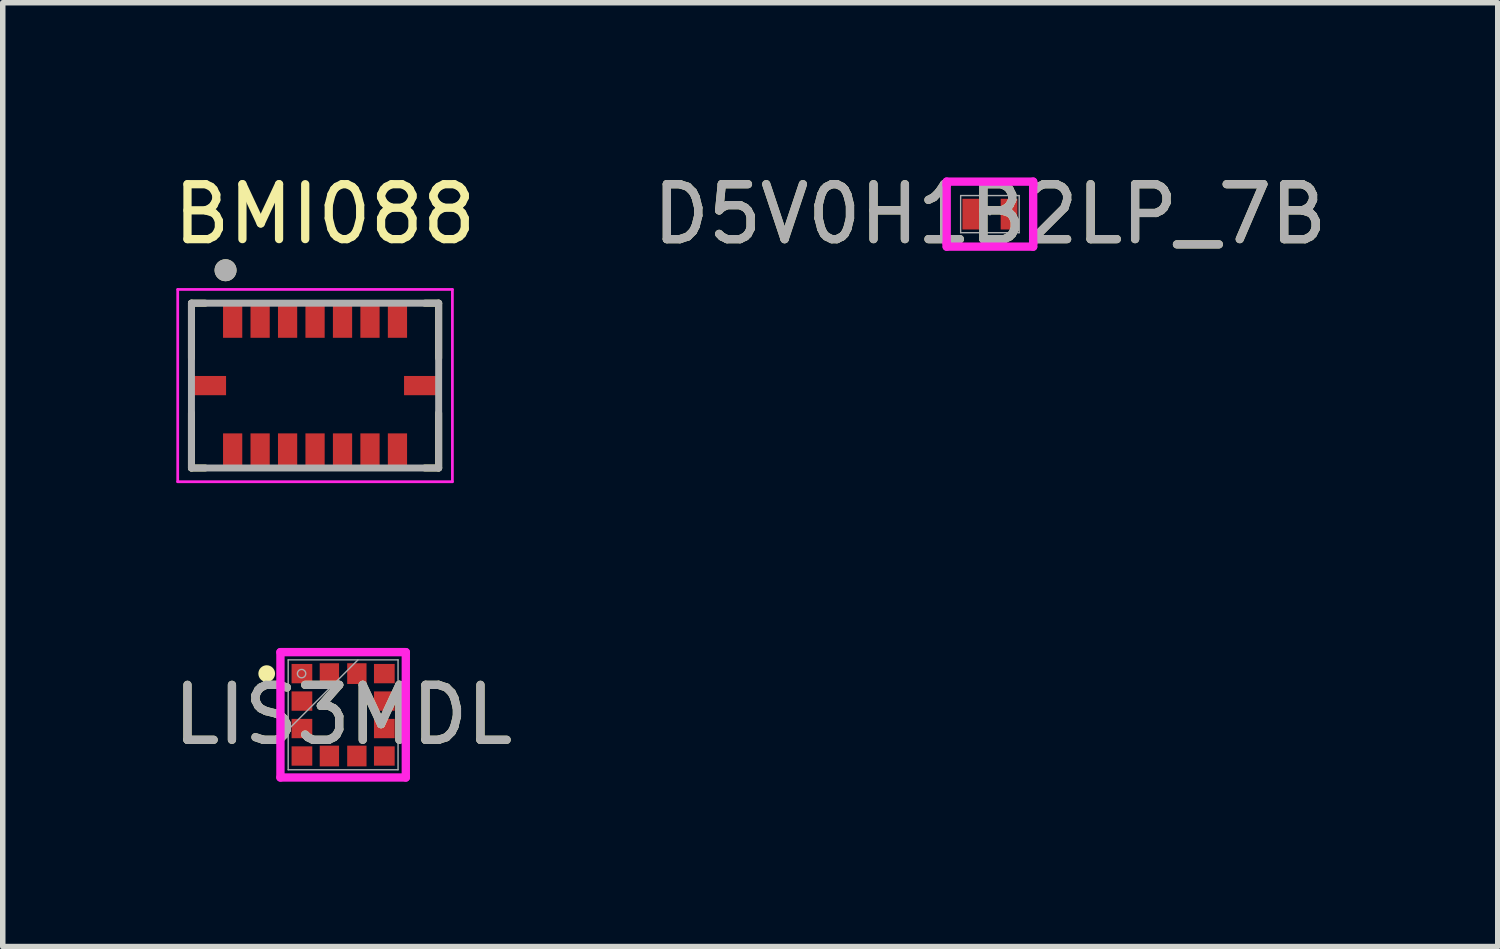
<source format=kicad_pcb>
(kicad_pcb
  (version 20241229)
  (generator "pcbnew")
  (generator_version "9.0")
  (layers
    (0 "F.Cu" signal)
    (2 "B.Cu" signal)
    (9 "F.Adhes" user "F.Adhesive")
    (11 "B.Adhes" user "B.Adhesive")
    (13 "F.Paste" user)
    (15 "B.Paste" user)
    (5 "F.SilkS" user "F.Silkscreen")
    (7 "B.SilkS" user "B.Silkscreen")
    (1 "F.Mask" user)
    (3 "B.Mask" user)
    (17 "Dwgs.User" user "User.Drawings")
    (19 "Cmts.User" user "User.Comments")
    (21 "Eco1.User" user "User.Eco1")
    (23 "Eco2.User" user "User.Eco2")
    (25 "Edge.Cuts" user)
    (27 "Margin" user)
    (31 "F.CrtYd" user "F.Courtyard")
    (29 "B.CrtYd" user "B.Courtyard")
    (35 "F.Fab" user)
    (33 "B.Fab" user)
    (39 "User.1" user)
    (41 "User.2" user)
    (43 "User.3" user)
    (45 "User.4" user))
  (footprint "BMI088"
    (layer "F.Cu")
    (at 2.685 3.969)
    (property "Reference" "BMI088" (at 0.178 -3.121 0) (layer "F.SilkS") (effects (font (size 1 1) (thickness 0.15))))
    (attr smd)
    (fp_line (start -2.25 -1.5) (end -2 -1.5) (stroke (width 0.127) (type solid)) (layer "F.SilkS"))
    (fp_line (start -2.25 -0.5) (end -2.25 -1.5) (stroke (width 0.127) (type solid)) (layer "F.SilkS"))
    (fp_line (start -2.25 1.5) (end -2.25 0.5) (stroke (width 0.127) (type solid)) (layer "F.SilkS"))
    (fp_line (start -2 1.5) (end -2.25 1.5) (stroke (width 0.127) (type solid)) (layer "F.SilkS"))
    (fp_line (start 2.25 -1.5) (end 2 -1.5) (stroke (width 0.127) (type solid)) (layer "F.SilkS"))
    (fp_line (start 2.25 -0.5) (end 2.25 -1.5) (stroke (width 0.127) (type solid)) (layer "F.SilkS"))
    (fp_line (start 2.25 0.5) (end 2.25 1.5) (stroke (width 0.127) (type solid)) (layer "F.SilkS"))
    (fp_line (start 2.25 1.5) (end 2 1.5) (stroke (width 0.127) (type solid)) (layer "F.SilkS"))
    (fp_circle (center -1.629 -2.1) (end -1.529 -2.1) (stroke (width 0.2) (type solid)) (fill no) (layer "F.SilkS"))
    (fp_line (start -2.5 -1.75) (end 2.5 -1.75) (stroke (width 0.05) (type solid)) (layer "F.CrtYd"))
    (fp_line (start -2.5 1.75) (end -2.5 -1.75) (stroke (width 0.05) (type solid)) (layer "F.CrtYd"))
    (fp_line (start 2.5 -1.75) (end 2.5 1.75) (stroke (width 0.05) (type solid)) (layer "F.CrtYd"))
    (fp_line (start 2.5 1.75) (end -2.5 1.75) (stroke (width 0.05) (type solid)) (layer "F.CrtYd"))
    (fp_line (start -2.25 -1.5) (end 2.25 -1.5) (stroke (width 0.127) (type solid)) (layer "F.Fab"))
    (fp_line (start -2.25 1.5) (end -2.25 -1.5) (stroke (width 0.127) (type solid)) (layer "F.Fab"))
    (fp_line (start 2.25 -1.5) (end 2.25 1.5) (stroke (width 0.127) (type solid)) (layer "F.Fab"))
    (fp_line (start 2.25 1.5) (end -2.25 1.5) (stroke (width 0.127) (type solid)) (layer "F.Fab"))
    (fp_circle (center -1.629 -2.1) (end -1.529 -2.1) (stroke (width 0.2) (type solid)) (fill no) (layer "F.Fab"))
    (pad "1" smd rect (at -1.5 -1.165) (size 0.35 0.59) (layers "F.Cu" "F.Mask" "F.Paste"))
    (pad "2" smd rect (at -1 -1.165) (size 0.35 0.59) (layers "F.Cu" "F.Mask" "F.Paste"))
    (pad "3" smd rect (at -0.5 -1.165) (size 0.35 0.59) (layers "F.Cu" "F.Mask" "F.Paste"))
    (pad "4" smd rect (at 0 -1.165) (size 0.35 0.59) (layers "F.Cu" "F.Mask" "F.Paste"))
    (pad "5" smd rect (at 0.5 -1.165) (size 0.35 0.59) (layers "F.Cu" "F.Mask" "F.Paste"))
    (pad "6" smd rect (at 1 -1.165) (size 0.35 0.59) (layers "F.Cu" "F.Mask" "F.Paste"))
    (pad "7" smd rect (at 1.5 -1.165) (size 0.35 0.59) (layers "F.Cu" "F.Mask" "F.Paste"))
    (pad "8" smd rect (at 1.915 0) (size 0.59 0.35) (layers "F.Cu" "F.Mask" "F.Paste"))
    (pad "9" smd rect (at 1.5 1.165) (size 0.35 0.59) (layers "F.Cu" "F.Mask" "F.Paste"))
    (pad "10" smd rect (at 1 1.165) (size 0.35 0.59) (layers "F.Cu" "F.Mask" "F.Paste"))
    (pad "11" smd rect (at 0.5 1.165) (size 0.35 0.59) (layers "F.Cu" "F.Mask" "F.Paste"))
    (pad "12" smd rect (at 0 1.165) (size 0.35 0.59) (layers "F.Cu" "F.Mask" "F.Paste"))
    (pad "13" smd rect (at -0.5 1.165) (size 0.35 0.59) (layers "F.Cu" "F.Mask" "F.Paste"))
    (pad "14" smd rect (at -1 1.165) (size 0.35 0.59) (layers "F.Cu" "F.Mask" "F.Paste"))
    (pad "15" smd rect (at -1.5 1.165) (size 0.35 0.59) (layers "F.Cu" "F.Mask" "F.Paste"))
    (pad "16" smd rect (at -1.915 0) (size 0.59 0.35) (layers "F.Cu" "F.Mask" "F.Paste")))
  (footprint "LIS3MDL"
    (layer "F.Cu")
    (at 3.196 9.962)
    (property "Reference" "LIS3MDL" (at 0 0 0) (unlocked yes) (layer "F.SilkS") (effects (font (size 1 1) (thickness 0.15))))
    (attr smd)
    (fp_circle (center -1.391 -0.75) (end -1.315 -0.75) (stroke (width 0.152) (type solid)) (fill no) (layer "F.SilkS"))
    (fp_line (start -1.141 -1.141) (end 1.141 -1.141) (stroke (width 0.152) (type solid)) (layer "F.CrtYd"))
    (fp_line (start -1.141 1.141) (end -1.141 -1.141) (stroke (width 0.152) (type solid)) (layer "F.CrtYd"))
    (fp_line (start 1.141 -1.141) (end 1.141 1.141) (stroke (width 0.152) (type solid)) (layer "F.CrtYd"))
    (fp_line (start 1.141 1.141) (end -1.141 1.141) (stroke (width 0.152) (type solid)) (layer "F.CrtYd"))
    (fp_line (start -1 -1) (end -1 1) (stroke (width 0.025) (type solid)) (layer "F.Fab"))
    (fp_line (start -1 0.27) (end 0.27 -1) (stroke (width 0.025) (type solid)) (layer "F.Fab"))
    (fp_line (start -1 1) (end 1 1) (stroke (width 0.025) (type solid)) (layer "F.Fab"))
    (fp_line (start 1 -1) (end -1 -1) (stroke (width 0.025) (type solid)) (layer "F.Fab"))
    (fp_line (start 1 1) (end 1 -1) (stroke (width 0.025) (type solid)) (layer "F.Fab"))
    (fp_circle (center -0.756 -0.75) (end -0.68 -0.75) (stroke (width 0.025) (type solid)) (fill no) (layer "F.Fab"))
    (fp_text user "${REFERENCE}" (at 0 0 0) (unlocked yes) (layer "F.Fab") (effects (font (size 1 1) (thickness 0.15))))
    (pad "1" smd rect (at -0.75 -0.75) (size 0.377 0.352) (layers "F.Cu" "F.Mask" "F.Paste"))
    (pad "2" smd rect (at -0.75 -0.25) (size 0.377 0.352) (layers "F.Cu" "F.Mask" "F.Paste"))
    (pad "3" smd rect (at -0.75 0.25) (size 0.377 0.352) (layers "F.Cu" "F.Mask" "F.Paste"))
    (pad "4" smd rect (at -0.75 0.75) (size 0.377 0.352) (layers "F.Cu" "F.Mask" "F.Paste"))
    (pad "5" smd rect (at -0.25 0.75 90) (size 0.377 0.352) (layers "F.Cu" "F.Mask" "F.Paste"))
    (pad "6" smd rect (at 0.25 0.75 90) (size 0.377 0.352) (layers "F.Cu" "F.Mask" "F.Paste"))
    (pad "7" smd rect (at 0.75 0.75) (size 0.377 0.352) (layers "F.Cu" "F.Mask" "F.Paste"))
    (pad "8" smd rect (at 0.75 0.25) (size 0.377 0.352) (layers "F.Cu" "F.Mask" "F.Paste"))
    (pad "9" smd rect (at 0.75 -0.25) (size 0.377 0.352) (layers "F.Cu" "F.Mask" "F.Paste"))
    (pad "10" smd rect (at 0.75 -0.75) (size 0.377 0.352) (layers "F.Cu" "F.Mask" "F.Paste"))
    (pad "11" smd rect (at 0.25 -0.75 90) (size 0.377 0.352) (layers "F.Cu" "F.Mask" "F.Paste"))
    (pad "12" smd rect (at -0.25 -0.75 90) (size 0.377 0.352) (layers "F.Cu" "F.Mask" "F.Paste")))
  (footprint "D5V0H1B2LP_7B"
    (layer "F.Cu")
    (at 14.97 0.848)
    (property "Reference" "D5V0H1B2LP_7B" (at 0 0 0) (unlocked yes) (layer "F.SilkS") (effects (font (size 1 1) (thickness 0.15))))
    (attr smd)
    (fp_line (start -0.787 -0.592) (end 0.787 -0.592) (stroke (width 0.152) (type solid)) (layer "F.CrtYd"))
    (fp_line (start -0.787 -0.533) (end -0.787 -0.592) (stroke (width 0.152) (type solid)) (layer "F.CrtYd"))
    (fp_line (start -0.787 -0.533) (end -0.787 -0.533) (stroke (width 0.152) (type solid)) (layer "F.CrtYd"))
    (fp_line (start -0.787 0.533) (end -0.787 -0.533) (stroke (width 0.152) (type solid)) (layer "F.CrtYd"))
    (fp_line (start -0.787 0.533) (end -0.787 0.533) (stroke (width 0.152) (type solid)) (layer "F.CrtYd"))
    (fp_line (start -0.787 0.592) (end -0.787 0.533) (stroke (width 0.152) (type solid)) (layer "F.CrtYd"))
    (fp_line (start 0.787 -0.592) (end 0.787 -0.533) (stroke (width 0.152) (type solid)) (layer "F.CrtYd"))
    (fp_line (start 0.787 -0.533) (end 0.787 -0.533) (stroke (width 0.152) (type solid)) (layer "F.CrtYd"))
    (fp_line (start 0.787 -0.533) (end 0.787 0.533) (stroke (width 0.152) (type solid)) (layer "F.CrtYd"))
    (fp_line (start 0.787 0.533) (end 0.787 0.533) (stroke (width 0.152) (type solid)) (layer "F.CrtYd"))
    (fp_line (start 0.787 0.533) (end 0.787 0.592) (stroke (width 0.152) (type solid)) (layer "F.CrtYd"))
    (fp_line (start 0.787 0.592) (end -0.787 0.592) (stroke (width 0.152) (type solid)) (layer "F.CrtYd"))
    (fp_line (start -0.533 -0.338) (end -0.533 0.338) (stroke (width 0.025) (type solid)) (layer "F.Fab"))
    (fp_line (start -0.533 0.338) (end 0.533 0.338) (stroke (width 0.025) (type solid)) (layer "F.Fab"))
    (fp_line (start 0.533 -0.338) (end -0.533 -0.338) (stroke (width 0.025) (type solid)) (layer "F.Fab"))
    (fp_line (start 0.533 0.338) (end 0.533 -0.338) (stroke (width 0.025) (type solid)) (layer "F.Fab"))
    (fp_circle (center 0 0) (end 0 0) (stroke (width 0.025) (type solid)) (fill no) (layer "F.Fab"))
    (fp_text user "${REFERENCE}" (at 0 0 0) (unlocked yes) (layer "F.Fab") (effects (font (size 1 1) (thickness 0.15))))
    (pad "1" smd rect (at -0.348 0) (size 0.305 0.559) (layers "F.Cu" "F.Mask" "F.Paste"))
    (pad "2" smd rect (at 0.348 0) (size 0.305 0.559) (layers "F.Cu" "F.Mask" "F.Paste")))
  (gr_rect
    (start -3 -3)
    (end 24.214 14.18)
    (stroke (width 0.1) (type default))
    (fill no)
    (layer "Edge.Cuts")))
</source>
